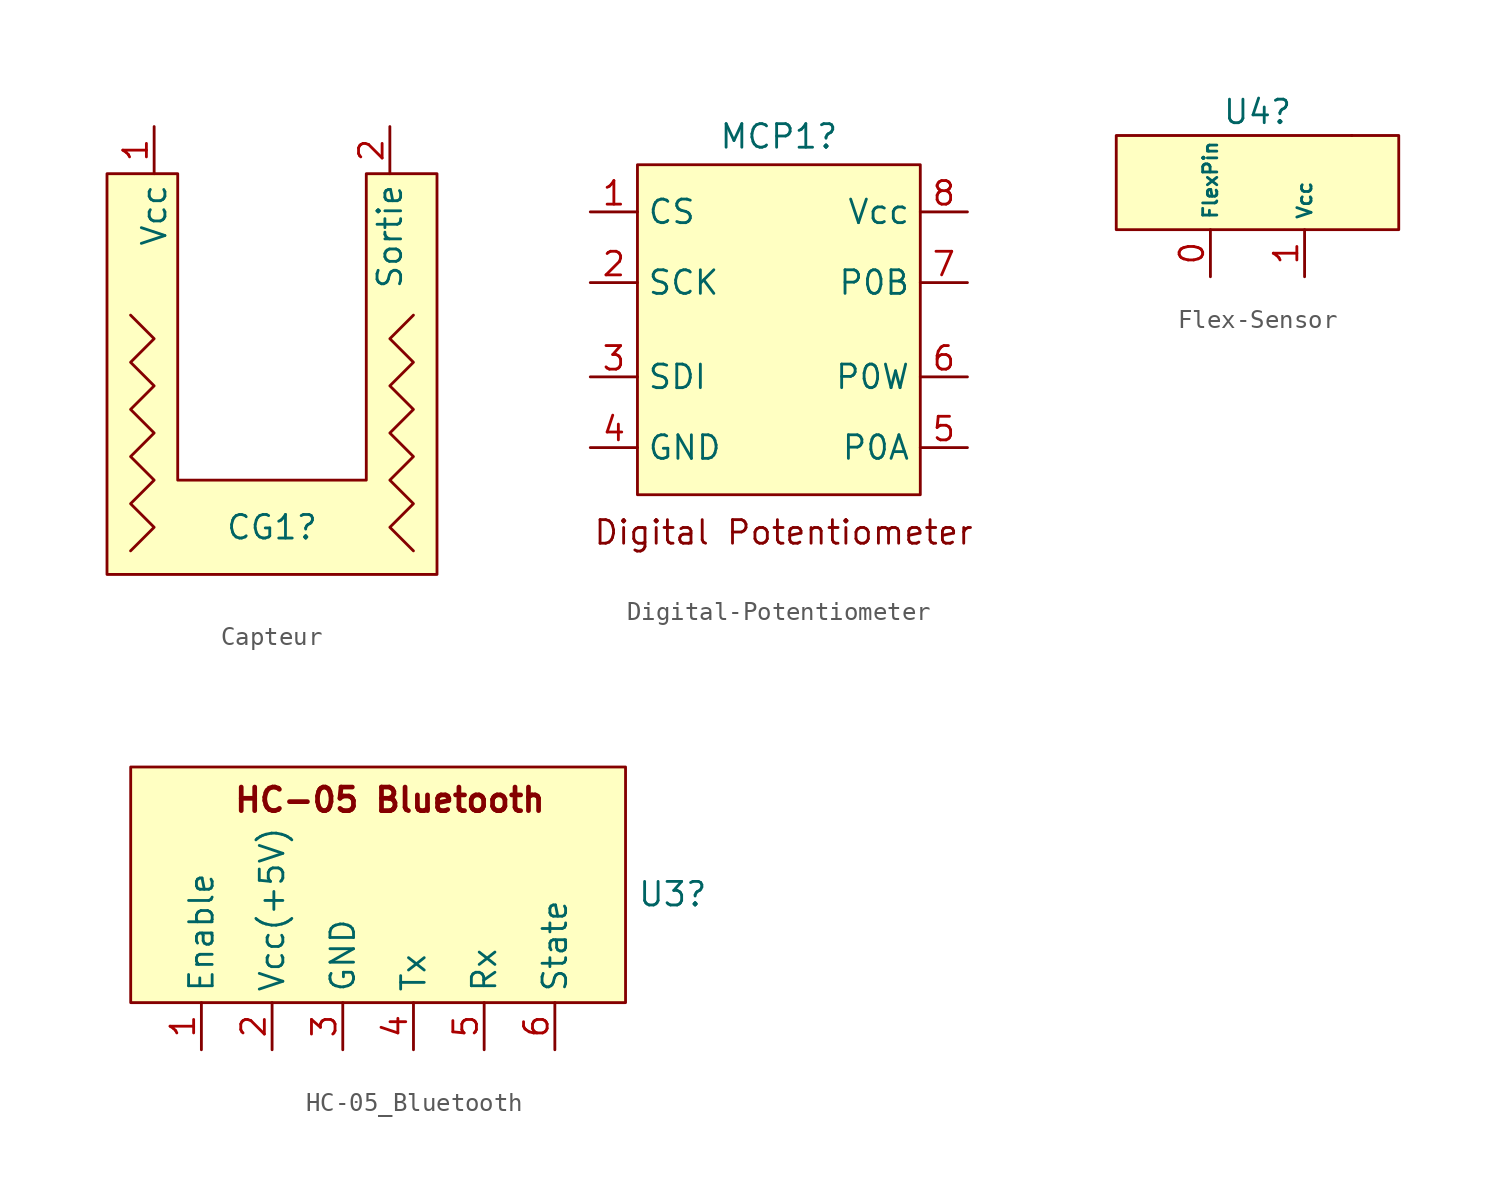
<source format=kicad_sym>
(kicad_symbol_lib
  (version 20241209)
  (generator "kicad_symbol_editor")
  (generator_version "9.0")
  (symbol "Capteur"
    (property "Reference" "CG1"
      (at 0 0 0)
      (effects (font (size 1.27 1.27))))
    (property "Value" ""
      (at 0 0 0)
      (effects (font (size 1.27 1.27))))
    (symbol "Capteur_1_1"
      (polyline (pts (xy -7.62 -1.27) (xy -6.35 0) (xy -7.62 1.27) (xy -6.35 2.54) (xy -7.62 3.81) (xy -6.35 5.08) (xy -7.62 6.35) (xy -6.35 7.62) (xy -7.62 8.89) (xy -6.35 10.16) (xy -7.62 11.43)) (stroke (width 0) (type default)) (fill (type none)))
      (polyline (pts (xy -6.985 -2.54) (xy 8.89 -2.54) (xy 8.89 19.05) (xy 5.08 19.05) (xy 5.08 2.54) (xy -5.08 2.54) (xy -5.08 19.05) (xy -8.89 19.05) (xy -8.89 -2.54) (xy -6.985 -2.54) (xy 7.62 -2.54)) (stroke (width 0) (type solid)) (fill (type background)))
      (polyline (pts (xy 7.62 11.43) (xy 6.35 10.16) (xy 7.62 8.89) (xy 6.35 7.62) (xy 7.62 6.35) (xy 6.35 5.08) (xy 7.62 3.81) (xy 6.35 2.54) (xy 7.62 1.27) (xy 6.35 0) (xy 7.62 -1.27)) (stroke (width 0) (type default)) (fill (type none)))
      (pin input line (at -6.35 21.59 270) (length 2.54) (name "Vcc" (effects (font (size 1.27 1.27)))) (number "1" (effects (font (size 1.27 1.27)))))
      (pin input line (at 6.35 21.59 270) (length 2.54) (name "Sortie" (effects (font (size 1.27 1.27)))) (number "2" (effects (font (size 1.27 1.27)))))))
  (symbol "Digital-Potentiometer"
    (property "Reference" "MCP1"
      (at 0 10.414 0)
      (effects (font (size 1.27 1.27))))
    (property "Value" ""
      (at 0 0 0)
      (effects (font (size 1.27 1.27))))
    (symbol "Digital-Potentiometer_1_1"
      (rectangle (start -7.62 8.89) (end 7.62 -8.89) (stroke (width 0) (type solid)) (fill (type background)))
      (text "Digital Potentiometer" (at 0.254 -10.922 0) (effects (font (size 1.27 1.27))))
      (pin input line (at -10.16 6.35 0) (length 2.54) (name "CS" (effects (font (size 1.27 1.27)))) (number "1" (effects (font (size 1.27 1.27)))))
      (pin input line (at -10.16 2.54 0) (length 2.54) (name "SCK" (effects (font (size 1.27 1.27)))) (number "2" (effects (font (size 1.27 1.27)))))
      (pin input line (at -10.16 -2.54 0) (length 2.54) (name "SDI" (effects (font (size 1.27 1.27)))) (number "3" (effects (font (size 1.27 1.27)))))
      (pin input line (at -10.16 -6.35 0) (length 2.54) (name "GND" (effects (font (size 1.27 1.27)))) (number "4" (effects (font (size 1.27 1.27)))))
      (pin input line (at 10.16 6.35 180) (length 2.54) (name "Vcc" (effects (font (size 1.27 1.27)))) (number "8" (effects (font (size 1.27 1.27)))))
      (pin input line (at 10.16 2.54 180) (length 2.54) (name "P0B" (effects (font (size 1.27 1.27)))) (number "7" (effects (font (size 1.27 1.27)))))
      (pin input line (at 10.16 -2.54 180) (length 2.54) (name "P0W" (effects (font (size 1.27 1.27)))) (number "6" (effects (font (size 1.27 1.27)))))
      (pin input line (at 10.16 -6.35 180) (length 2.54) (name "P0A" (effects (font (size 1.27 1.27)))) (number "5" (effects (font (size 1.27 1.27)))))))
  (symbol "Flex-Sensor"
    (property "Reference" "U4"
      (at 0 0 0)
      (effects (font (size 1.27 1.27))))
    (property "Value" ""
      (at 0 0 0)
      (effects (font (size 1.27 1.27))))
    (symbol "Flex-Sensor_0_1"
      (rectangle (start 5.08 -1.27) (end 5.08 -1.27) (stroke (width 0) (type default)) (fill (type none)))
      (rectangle (start 5.08 -1.27) (end 5.08 -1.27) (stroke (width 0) (type default)) (fill (type none))))
    (symbol "Flex-Sensor_1_1"
      (rectangle (start -7.62 -1.27) (end 7.62 -6.35) (stroke (width 0) (type solid)) (fill (type background)))
      (pin input line (at -2.54 -8.89 90) (length 2.54) (name "FlexPin" (effects (font (size 0.762 0.762)))) (number "0" (effects (font (size 1.27 1.27)))))
      (pin input line (at 2.54 -8.89 90) (length 2.54) (name "Vcc" (effects (font (size 0.762 0.762)))) (number "1" (effects (font (size 1.27 1.27)))))))
  (symbol "HC-05_Bluetooth"
    (property "Reference" "U3"
      (at 15.24 2.032 0)
      (effects (font (size 1.27 1.27))))
    (property "Value" ""
      (at 1.27 -2.54 0)
      (effects (font (size 1.27 1.27))))
    (symbol "HC-05_Bluetooth_1_1"
      (rectangle (start -13.97 8.89) (end 12.7 -3.81) (stroke (width 0) (type default)) (fill (type background)))
      (text "HC-05 Bluetooth\n" (at 0 7.112 0) (effects (font (size 1.27 1.27) (thickness 0.254) (bold yes))))
      (pin input line (at -10.16 -6.35 90) (length 2.54) (name "Enable" (effects (font (size 1.27 1.27)))) (number "1" (effects (font (size 1.27 1.27)))))
      (pin input line (at -6.35 -6.35 90) (length 2.54) (name "Vcc(+5V)" (effects (font (size 1.27 1.27)))) (number "2" (effects (font (size 1.27 1.27)))))
      (pin input line (at -2.54 -6.35 90) (length 2.54) (name "GND" (effects (font (size 1.27 1.27)))) (number "3" (effects (font (size 1.27 1.27)))))
      (pin input line (at 1.27 -6.35 90) (length 2.54) (name "Tx" (effects (font (size 1.27 1.27)))) (number "4" (effects (font (size 1.27 1.27)))))
      (pin input line (at 5.08 -6.35 90) (length 2.54) (name "Rx" (effects (font (size 1.27 1.27)))) (number "5" (effects (font (size 1.27 1.27)))))
      (pin input line (at 8.89 -6.35 90) (length 2.54) (name "State" (effects (font (size 1.27 1.27)))) (number "6" (effects (font (size 1.27 1.27))))))))
</source>
